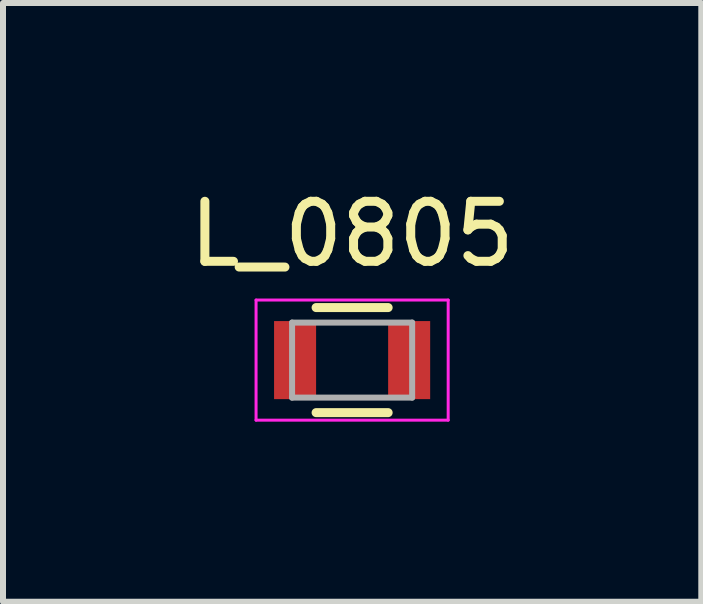
<source format=kicad_pcb>
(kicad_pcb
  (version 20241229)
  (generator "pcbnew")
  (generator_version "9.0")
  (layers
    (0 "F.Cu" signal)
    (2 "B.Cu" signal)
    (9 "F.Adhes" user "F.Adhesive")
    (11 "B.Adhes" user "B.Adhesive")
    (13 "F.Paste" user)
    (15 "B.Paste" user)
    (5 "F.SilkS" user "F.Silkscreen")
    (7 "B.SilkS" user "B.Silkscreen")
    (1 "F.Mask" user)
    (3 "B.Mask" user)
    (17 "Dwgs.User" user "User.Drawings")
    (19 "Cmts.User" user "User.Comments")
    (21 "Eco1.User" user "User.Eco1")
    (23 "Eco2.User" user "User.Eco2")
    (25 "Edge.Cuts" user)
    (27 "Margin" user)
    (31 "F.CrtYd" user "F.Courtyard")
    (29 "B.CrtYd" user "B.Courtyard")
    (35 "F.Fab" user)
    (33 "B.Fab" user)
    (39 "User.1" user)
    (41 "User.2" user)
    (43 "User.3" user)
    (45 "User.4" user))
  (footprint "L_0805"
    (layer "F.Cu")
    (at 2.815 2.948)
    (property "Reference" "L_0805" (at 0 -2.1 0) (layer "F.SilkS") (effects (font (size 1 1) (thickness 0.15))))
    (attr smd)
    (fp_line (start -0.6 -0.875) (end 0.6 -0.875) (stroke (width 0.15) (type solid)) (layer "F.SilkS"))
    (fp_line (start 0.6 0.875) (end -0.6 0.875) (stroke (width 0.15) (type solid)) (layer "F.SilkS"))
    (fp_line (start -1.6 -1) (end -1.6 1) (stroke (width 0.05) (type solid)) (layer "F.CrtYd"))
    (fp_line (start -1.6 -1) (end 1.6 -1) (stroke (width 0.05) (type solid)) (layer "F.CrtYd"))
    (fp_line (start -1.6 1) (end 1.6 1) (stroke (width 0.05) (type solid)) (layer "F.CrtYd"))
    (fp_line (start 1.6 -1) (end 1.6 1) (stroke (width 0.05) (type solid)) (layer "F.CrtYd"))
    (fp_line (start -1 -0.625) (end 1 -0.625) (stroke (width 0.1) (type solid)) (layer "F.Fab"))
    (fp_line (start -1 0.625) (end -1 -0.625) (stroke (width 0.1) (type solid)) (layer "F.Fab"))
    (fp_line (start 1 -0.625) (end 1 0.625) (stroke (width 0.1) (type solid)) (layer "F.Fab"))
    (fp_line (start 1 0.625) (end -1 0.625) (stroke (width 0.1) (type solid)) (layer "F.Fab"))
    (pad "1" smd rect (at -0.95 0) (size 0.7 1.3) (layers "F.Cu" "F.Mask" "F.Paste"))
    (pad "2" smd rect (at 0.95 0) (size 0.7 1.3) (layers "F.Cu" "F.Mask" "F.Paste")))
  (gr_rect
    (start -3 -3)
    (end 8.631 6.973)
    (stroke (width 0.1) (type default))
    (fill no)
    (layer "Edge.Cuts")))
</source>
